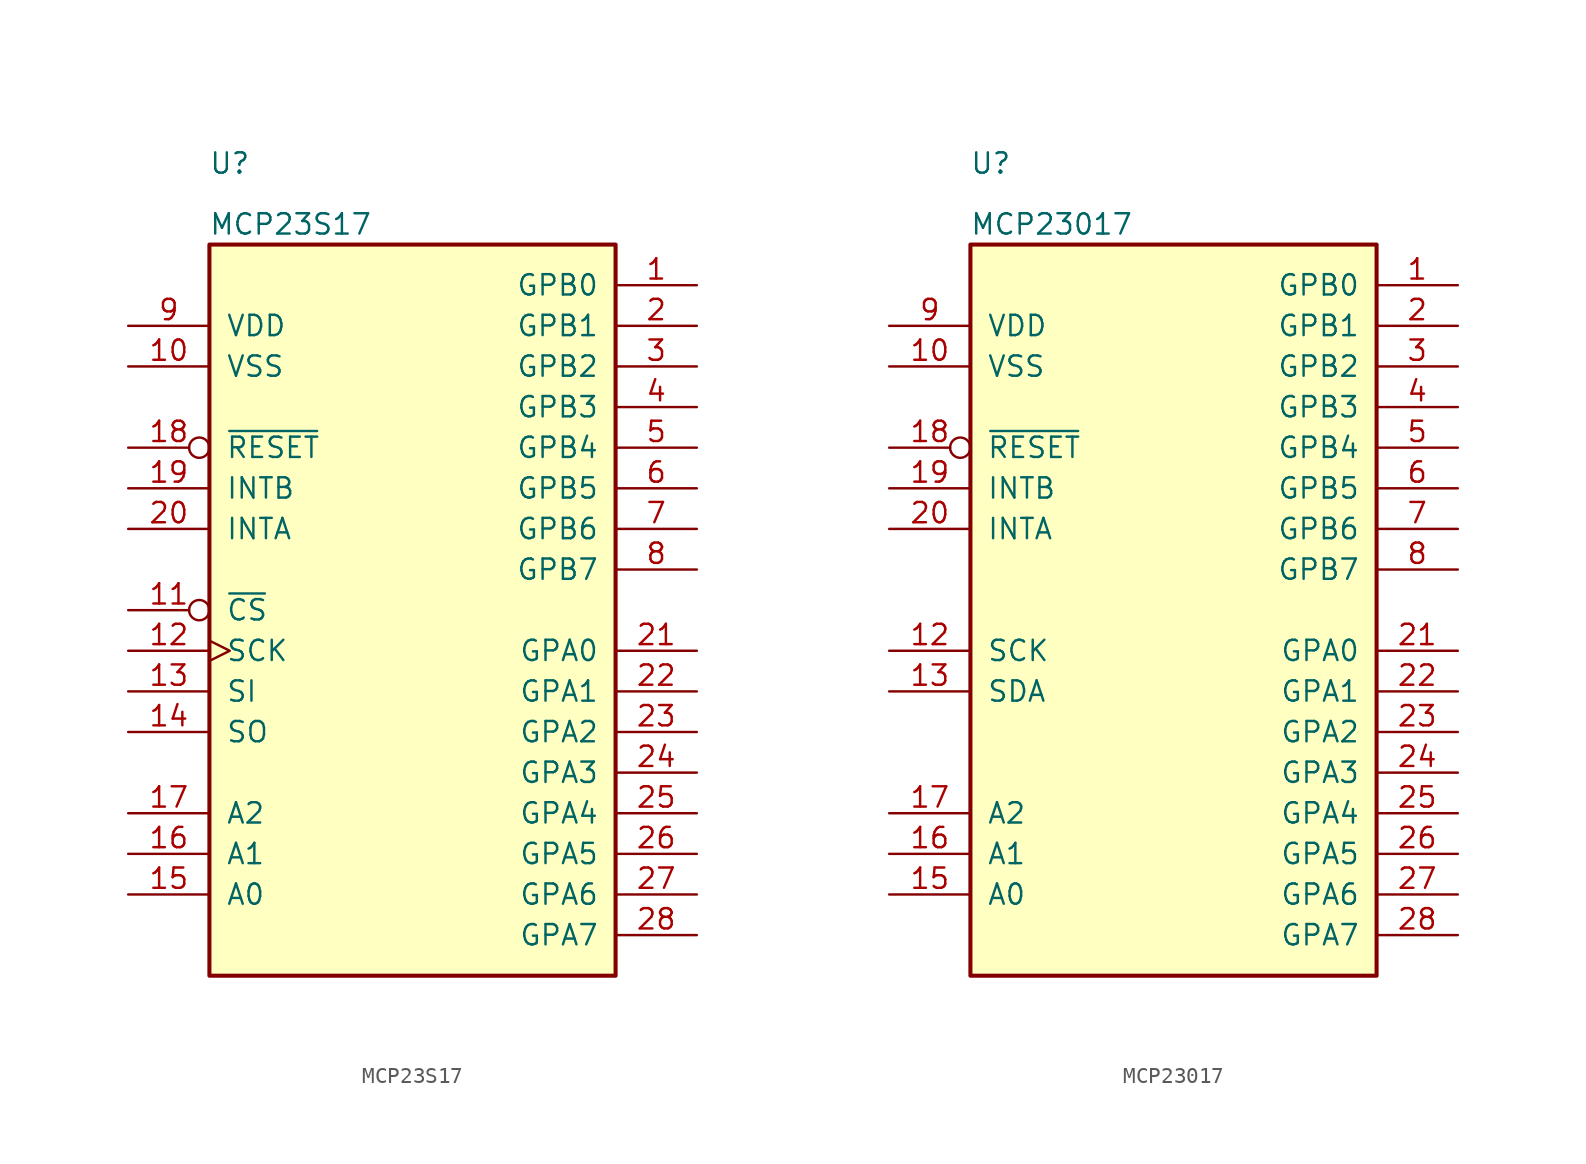
<source format=kicad_sym>
(kicad_symbol_lib
  (version 20211014)
  (generator kicad_symbol_editor)
  (symbol "MCP23S17"
    (pin_names
      (offset 1.016))
    (property "Reference" "U"
      (at -11.43 26.67 0)
      (effects (font (size 1.27 1.27))))
    (property "Value" "MCP23S17"
      (at -7.62 22.86 0)
      (effects (font (size 1.27 1.27))))
    (symbol "MCP23S17_1_1"
      (rectangle (start -12.7 21.59) (end 12.7 -24.13) (stroke (width 0.254) (type default) (color 0 0 0 0)) (fill (type background)))
      (pin bidirectional line (at 17.78 19.05 180) (length 5.08) (name "GPB0" (effects (font (size 1.27 1.27)))) (number "1" (effects (font (size 1.27 1.27)))))
      (pin power_in line (at -17.78 13.97 0) (length 5.08) (name "VSS" (effects (font (size 1.27 1.27)))) (number "10" (effects (font (size 1.27 1.27)))))
      (pin input inverted (at -17.78 -1.27 0) (length 5.08) (name "~{CS}" (effects (font (size 1.27 1.27)))) (number "11" (effects (font (size 1.27 1.27)))))
      (pin input clock (at -17.78 -3.81 0) (length 5.08) (name "SCK" (effects (font (size 1.27 1.27)))) (number "12" (effects (font (size 1.27 1.27)))))
      (pin input line (at -17.78 -6.35 0) (length 5.08) (name "SI" (effects (font (size 1.27 1.27)))) (number "13" (effects (font (size 1.27 1.27)))))
      (pin output line (at -17.78 -8.89 0) (length 5.08) (name "SO" (effects (font (size 1.27 1.27)))) (number "14" (effects (font (size 1.27 1.27)))))
      (pin input line (at -17.78 -19.05 0) (length 5.08) (name "A0" (effects (font (size 1.27 1.27)))) (number "15" (effects (font (size 1.27 1.27)))))
      (pin input line (at -17.78 -16.51 0) (length 5.08) (name "A1" (effects (font (size 1.27 1.27)))) (number "16" (effects (font (size 1.27 1.27)))))
      (pin input line (at -17.78 -13.97 0) (length 5.08) (name "A2" (effects (font (size 1.27 1.27)))) (number "17" (effects (font (size 1.27 1.27)))))
      (pin input inverted (at -17.78 8.89 0) (length 5.08) (name "~{RESET}" (effects (font (size 1.27 1.27)))) (number "18" (effects (font (size 1.27 1.27)))))
      (pin tri_state line (at -17.78 6.35 0) (length 5.08) (name "INTB" (effects (font (size 1.27 1.27)))) (number "19" (effects (font (size 1.27 1.27)))))
      (pin bidirectional line (at 17.78 16.51 180) (length 5.08) (name "GPB1" (effects (font (size 1.27 1.27)))) (number "2" (effects (font (size 1.27 1.27)))))
      (pin tri_state line (at -17.78 3.81 0) (length 5.08) (name "INTA" (effects (font (size 1.27 1.27)))) (number "20" (effects (font (size 1.27 1.27)))))
      (pin bidirectional line (at 17.78 -3.81 180) (length 5.08) (name "GPA0" (effects (font (size 1.27 1.27)))) (number "21" (effects (font (size 1.27 1.27)))))
      (pin bidirectional line (at 17.78 -6.35 180) (length 5.08) (name "GPA1" (effects (font (size 1.27 1.27)))) (number "22" (effects (font (size 1.27 1.27)))))
      (pin bidirectional line (at 17.78 -8.89 180) (length 5.08) (name "GPA2" (effects (font (size 1.27 1.27)))) (number "23" (effects (font (size 1.27 1.27)))))
      (pin bidirectional line (at 17.78 -11.43 180) (length 5.08) (name "GPA3" (effects (font (size 1.27 1.27)))) (number "24" (effects (font (size 1.27 1.27)))))
      (pin bidirectional line (at 17.78 -13.97 180) (length 5.08) (name "GPA4" (effects (font (size 1.27 1.27)))) (number "25" (effects (font (size 1.27 1.27)))))
      (pin bidirectional line (at 17.78 -16.51 180) (length 5.08) (name "GPA5" (effects (font (size 1.27 1.27)))) (number "26" (effects (font (size 1.27 1.27)))))
      (pin bidirectional line (at 17.78 -19.05 180) (length 5.08) (name "GPA6" (effects (font (size 1.27 1.27)))) (number "27" (effects (font (size 1.27 1.27)))))
      (pin bidirectional line (at 17.78 -21.59 180) (length 5.08) (name "GPA7" (effects (font (size 1.27 1.27)))) (number "28" (effects (font (size 1.27 1.27)))))
      (pin bidirectional line (at 17.78 13.97 180) (length 5.08) (name "GPB2" (effects (font (size 1.27 1.27)))) (number "3" (effects (font (size 1.27 1.27)))))
      (pin bidirectional line (at 17.78 11.43 180) (length 5.08) (name "GPB3" (effects (font (size 1.27 1.27)))) (number "4" (effects (font (size 1.27 1.27)))))
      (pin bidirectional line (at 17.78 8.89 180) (length 5.08) (name "GPB4" (effects (font (size 1.27 1.27)))) (number "5" (effects (font (size 1.27 1.27)))))
      (pin bidirectional line (at 17.78 6.35 180) (length 5.08) (name "GPB5" (effects (font (size 1.27 1.27)))) (number "6" (effects (font (size 1.27 1.27)))))
      (pin bidirectional line (at 17.78 3.81 180) (length 5.08) (name "GPB6" (effects (font (size 1.27 1.27)))) (number "7" (effects (font (size 1.27 1.27)))))
      (pin bidirectional line (at 17.78 1.27 180) (length 5.08) (name "GPB7" (effects (font (size 1.27 1.27)))) (number "8" (effects (font (size 1.27 1.27)))))
      (pin power_in line (at -17.78 16.51 0) (length 5.08) (name "VDD" (effects (font (size 1.27 1.27)))) (number "9" (effects (font (size 1.27 1.27)))))))
  (symbol "MCP23017"
    (pin_names
      (offset 1.016))
    (property "Reference" "U"
      (at -11.43 26.67 0)
      (effects (font (size 1.27 1.27))))
    (property "Value" "MCP23017"
      (at -7.62 22.86 0)
      (effects (font (size 1.27 1.27))))
    (symbol "MCP23017_1_1"
      (rectangle (start -12.7 21.59) (end 12.7 -24.13) (stroke (width 0.254) (type default) (color 0 0 0 0)) (fill (type background)))
      (pin bidirectional line (at 17.78 19.05 180) (length 5.08) (name "GPB0" (effects (font (size 1.27 1.27)))) (number "1" (effects (font (size 1.27 1.27)))))
      (pin power_in line (at -17.78 13.97 0) (length 5.08) (name "VSS" (effects (font (size 1.27 1.27)))) (number "10" (effects (font (size 1.27 1.27)))))
      (pin input line (at -17.78 -3.81 0) (length 5.08) (name "SCK" (effects (font (size 1.27 1.27)))) (number "12" (effects (font (size 1.27 1.27)))))
      (pin input line (at -17.78 -6.35 0) (length 5.08) (name "SDA" (effects (font (size 1.27 1.27)))) (number "13" (effects (font (size 1.27 1.27)))))
      (pin input line (at -17.78 -19.05 0) (length 5.08) (name "A0" (effects (font (size 1.27 1.27)))) (number "15" (effects (font (size 1.27 1.27)))))
      (pin input line (at -17.78 -16.51 0) (length 5.08) (name "A1" (effects (font (size 1.27 1.27)))) (number "16" (effects (font (size 1.27 1.27)))))
      (pin input line (at -17.78 -13.97 0) (length 5.08) (name "A2" (effects (font (size 1.27 1.27)))) (number "17" (effects (font (size 1.27 1.27)))))
      (pin input inverted (at -17.78 8.89 0) (length 5.08) (name "~{RESET}" (effects (font (size 1.27 1.27)))) (number "18" (effects (font (size 1.27 1.27)))))
      (pin tri_state line (at -17.78 6.35 0) (length 5.08) (name "INTB" (effects (font (size 1.27 1.27)))) (number "19" (effects (font (size 1.27 1.27)))))
      (pin bidirectional line (at 17.78 16.51 180) (length 5.08) (name "GPB1" (effects (font (size 1.27 1.27)))) (number "2" (effects (font (size 1.27 1.27)))))
      (pin tri_state line (at -17.78 3.81 0) (length 5.08) (name "INTA" (effects (font (size 1.27 1.27)))) (number "20" (effects (font (size 1.27 1.27)))))
      (pin bidirectional line (at 17.78 -3.81 180) (length 5.08) (name "GPA0" (effects (font (size 1.27 1.27)))) (number "21" (effects (font (size 1.27 1.27)))))
      (pin bidirectional line (at 17.78 -6.35 180) (length 5.08) (name "GPA1" (effects (font (size 1.27 1.27)))) (number "22" (effects (font (size 1.27 1.27)))))
      (pin bidirectional line (at 17.78 -8.89 180) (length 5.08) (name "GPA2" (effects (font (size 1.27 1.27)))) (number "23" (effects (font (size 1.27 1.27)))))
      (pin bidirectional line (at 17.78 -11.43 180) (length 5.08) (name "GPA3" (effects (font (size 1.27 1.27)))) (number "24" (effects (font (size 1.27 1.27)))))
      (pin bidirectional line (at 17.78 -13.97 180) (length 5.08) (name "GPA4" (effects (font (size 1.27 1.27)))) (number "25" (effects (font (size 1.27 1.27)))))
      (pin bidirectional line (at 17.78 -16.51 180) (length 5.08) (name "GPA5" (effects (font (size 1.27 1.27)))) (number "26" (effects (font (size 1.27 1.27)))))
      (pin bidirectional line (at 17.78 -19.05 180) (length 5.08) (name "GPA6" (effects (font (size 1.27 1.27)))) (number "27" (effects (font (size 1.27 1.27)))))
      (pin bidirectional line (at 17.78 -21.59 180) (length 5.08) (name "GPA7" (effects (font (size 1.27 1.27)))) (number "28" (effects (font (size 1.27 1.27)))))
      (pin bidirectional line (at 17.78 13.97 180) (length 5.08) (name "GPB2" (effects (font (size 1.27 1.27)))) (number "3" (effects (font (size 1.27 1.27)))))
      (pin bidirectional line (at 17.78 11.43 180) (length 5.08) (name "GPB3" (effects (font (size 1.27 1.27)))) (number "4" (effects (font (size 1.27 1.27)))))
      (pin bidirectional line (at 17.78 8.89 180) (length 5.08) (name "GPB4" (effects (font (size 1.27 1.27)))) (number "5" (effects (font (size 1.27 1.27)))))
      (pin bidirectional line (at 17.78 6.35 180) (length 5.08) (name "GPB5" (effects (font (size 1.27 1.27)))) (number "6" (effects (font (size 1.27 1.27)))))
      (pin bidirectional line (at 17.78 3.81 180) (length 5.08) (name "GPB6" (effects (font (size 1.27 1.27)))) (number "7" (effects (font (size 1.27 1.27)))))
      (pin bidirectional line (at 17.78 1.27 180) (length 5.08) (name "GPB7" (effects (font (size 1.27 1.27)))) (number "8" (effects (font (size 1.27 1.27)))))
      (pin power_in line (at -17.78 16.51 0) (length 5.08) (name "VDD" (effects (font (size 1.27 1.27)))) (number "9" (effects (font (size 1.27 1.27))))))))
</source>
